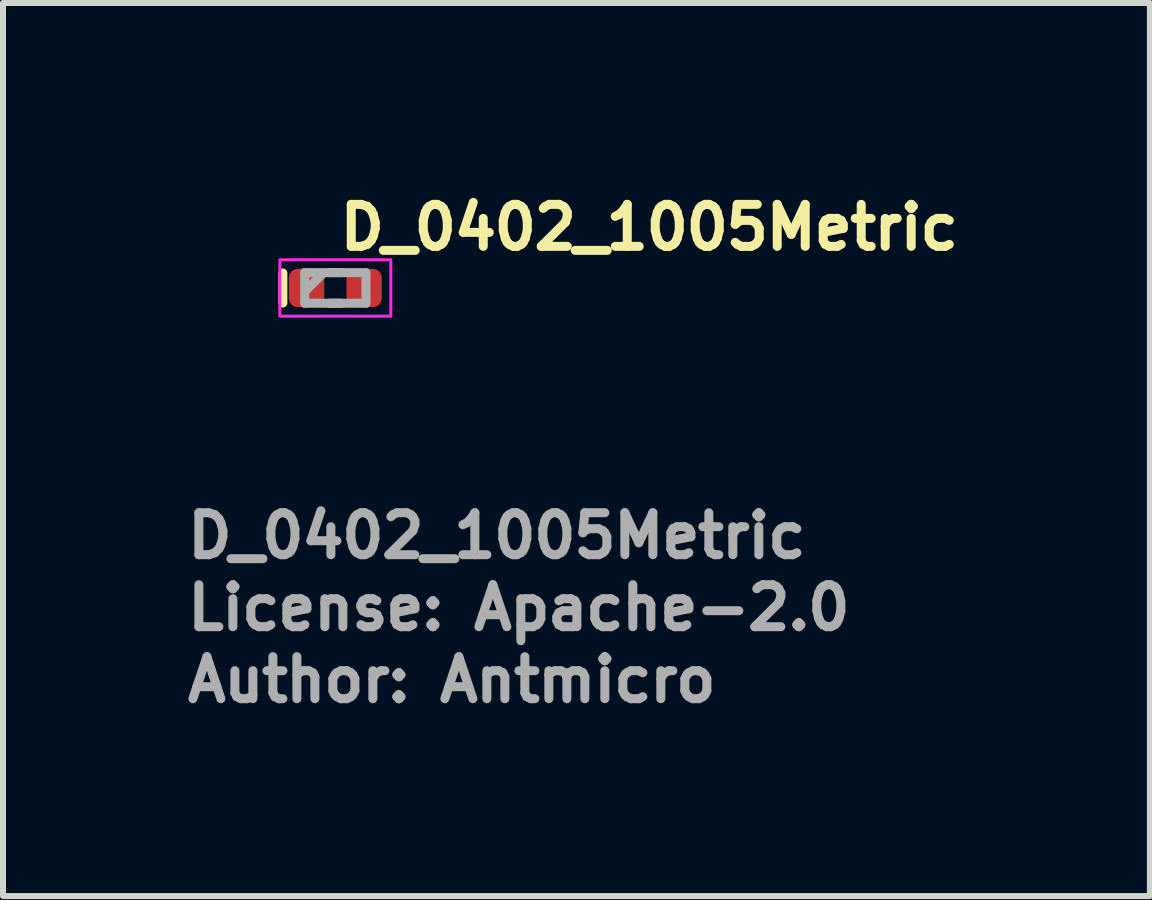
<source format=kicad_pcb>
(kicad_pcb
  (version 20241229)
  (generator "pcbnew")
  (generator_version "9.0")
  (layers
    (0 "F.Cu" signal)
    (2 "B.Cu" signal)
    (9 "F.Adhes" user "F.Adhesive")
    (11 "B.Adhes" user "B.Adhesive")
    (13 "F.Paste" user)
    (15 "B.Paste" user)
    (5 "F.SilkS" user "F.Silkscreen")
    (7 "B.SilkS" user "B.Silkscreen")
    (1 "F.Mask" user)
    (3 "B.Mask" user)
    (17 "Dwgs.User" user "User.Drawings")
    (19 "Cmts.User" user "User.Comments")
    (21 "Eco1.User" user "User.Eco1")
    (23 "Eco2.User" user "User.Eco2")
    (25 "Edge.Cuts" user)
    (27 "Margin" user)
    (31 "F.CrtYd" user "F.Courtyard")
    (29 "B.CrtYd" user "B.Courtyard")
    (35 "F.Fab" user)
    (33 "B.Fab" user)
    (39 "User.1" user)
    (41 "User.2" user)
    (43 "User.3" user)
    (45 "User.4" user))
  (footprint "D_0402_1005Metric"
    (layer "F.Cu")
    (at 2.54 1.75)
    (property "Reference" "D_0402_1005Metric" (at 0 -0.6 0) (layer "F.SilkS") (effects (font (size 0.7 0.7) (thickness 0.15)) (justify left bottom)))
    (attr smd)
    (fp_line (start -0.875 -0.25) (end -0.875 0.25) (stroke (width 0.15) (type solid)) (layer "F.SilkS"))
    (fp_line (start -0.1 0.255) (end 0.1 0.255) (stroke (width 0.15) (type solid)) (layer "F.SilkS"))
    (fp_line (start 0.1 -0.255) (end -0.1 -0.255) (stroke (width 0.15) (type solid)) (layer "F.SilkS"))
    (fp_rect (start -0.925 -0.47) (end 0.925 0.47) (stroke (width 0.05) (type default)) (fill no) (layer "F.CrtYd"))
    (fp_line (start -0.51 -0.255) (end 0.51 -0.255) (stroke (width 0.15) (type solid)) (layer "F.Fab"))
    (fp_line (start -0.51 0.255) (end -0.51 -0.255) (stroke (width 0.15) (type solid)) (layer "F.Fab"))
    (fp_line (start -0.2 -0.25) (end -0.5 0.05) (stroke (width 0.15) (type solid)) (layer "F.Fab"))
    (fp_line (start 0.51 -0.255) (end 0.51 0.255) (stroke (width 0.15) (type solid)) (layer "F.Fab"))
    (fp_line (start 0.51 0.255) (end -0.51 0.255) (stroke (width 0.15) (type solid)) (layer "F.Fab"))
    (fp_rect (start -0.51 -0.292) (end 0.51 0.292) (stroke (width 0.1) (type solid)) (fill no) (layer "User.5"))
    (fp_line (start -0.51 0.292) (end -0.51 -0.292) (stroke (width 0.02) (type solid)) (layer "User.9"))
    (fp_line (start -0.41 -0.292) (end -0.51 -0.292) (stroke (width 0.02) (type solid)) (layer "User.9"))
    (fp_line (start -0.41 -0.292) (end -0.38 -0.292) (stroke (width 0.02) (type solid)) (layer "User.9"))
    (fp_line (start -0.41 -0.255) (end -0.4 -0.245) (stroke (width 0.02) (type solid)) (layer "User.9"))
    (fp_line (start -0.41 -0.255) (end 0.41 -0.255) (stroke (width 0.02) (type solid)) (layer "User.9"))
    (fp_line (start -0.41 0.255) (end -0.41 -0.255) (stroke (width 0.02) (type solid)) (layer "User.9"))
    (fp_line (start -0.41 0.255) (end -0.4 0.245) (stroke (width 0.02) (type solid)) (layer "User.9"))
    (fp_line (start -0.41 0.255) (end 0.41 0.255) (stroke (width 0.02) (type solid)) (layer "User.9"))
    (fp_line (start -0.41 0.292) (end -0.51 0.292) (stroke (width 0.02) (type solid)) (layer "User.9"))
    (fp_line (start -0.41 0.292) (end -0.38 0.292) (stroke (width 0.02) (type solid)) (layer "User.9"))
    (fp_line (start -0.4 -0.245) (end 0.4 -0.245) (stroke (width 0.02) (type solid)) (layer "User.9"))
    (fp_line (start -0.4 0.245) (end -0.4 -0.245) (stroke (width 0.02) (type solid)) (layer "User.9"))
    (fp_line (start -0.4 0.245) (end 0.4 0.245) (stroke (width 0.02) (type solid)) (layer "User.9"))
    (fp_line (start -0.38 -0.292) (end -0.28 -0.292) (stroke (width 0.02) (type solid)) (layer "User.9"))
    (fp_line (start -0.38 -0.255) (end -0.38 -0.292) (stroke (width 0.02) (type solid)) (layer "User.9"))
    (fp_line (start -0.38 0.292) (end -0.38 0.255) (stroke (width 0.02) (type solid)) (layer "User.9"))
    (fp_line (start -0.38 0.292) (end -0.28 0.292) (stroke (width 0.02) (type solid)) (layer "User.9"))
    (fp_line (start -0.28 -0.255) (end -0.28 -0.292) (stroke (width 0.02) (type solid)) (layer "User.9"))
    (fp_line (start -0.28 0.292) (end -0.28 0.255) (stroke (width 0.02) (type solid)) (layer "User.9"))
    (fp_line (start 0.18 -0.292) (end 0.28 -0.292) (stroke (width 0.02) (type solid)) (layer "User.9"))
    (fp_line (start 0.18 -0.255) (end 0.18 -0.292) (stroke (width 0.02) (type solid)) (layer "User.9"))
    (fp_line (start 0.18 0.292) (end 0.18 0.255) (stroke (width 0.02) (type solid)) (layer "User.9"))
    (fp_line (start 0.18 0.292) (end 0.28 0.292) (stroke (width 0.02) (type solid)) (layer "User.9"))
    (fp_line (start 0.28 -0.292) (end 0.41 -0.292) (stroke (width 0.02) (type solid)) (layer "User.9"))
    (fp_line (start 0.28 -0.255) (end 0.28 -0.292) (stroke (width 0.02) (type solid)) (layer "User.9"))
    (fp_line (start 0.28 0.292) (end 0.28 0.255) (stroke (width 0.02) (type solid)) (layer "User.9"))
    (fp_line (start 0.28 0.292) (end 0.41 0.292) (stroke (width 0.02) (type solid)) (layer "User.9"))
    (fp_line (start 0.4 0.245) (end 0.4 -0.245) (stroke (width 0.02) (type solid)) (layer "User.9"))
    (fp_line (start 0.41 -0.255) (end 0.4 -0.245) (stroke (width 0.02) (type solid)) (layer "User.9"))
    (fp_line (start 0.41 0.255) (end 0.4 0.245) (stroke (width 0.02) (type solid)) (layer "User.9"))
    (fp_line (start 0.41 0.255) (end 0.41 -0.255) (stroke (width 0.02) (type solid)) (layer "User.9"))
    (fp_line (start 0.51 -0.292) (end 0.41 -0.292) (stroke (width 0.02) (type solid)) (layer "User.9"))
    (fp_line (start 0.51 0.292) (end 0.41 0.292) (stroke (width 0.02) (type solid)) (layer "User.9"))
    (fp_line (start 0.51 0.292) (end 0.51 -0.292) (stroke (width 0.02) (type solid)) (layer "User.9"))
    (fp_text user "Author: Antmicro" (at -2.54 6.94 0) (layer "F.Fab") (effects (font (size 0.7 0.7) (thickness 0.15)) (justify left bottom)))
    (fp_text user "License: Apache-2.0" (at -2.54 5.74 0) (layer "F.Fab") (effects (font (size 0.7 0.7) (thickness 0.15)) (justify left bottom)))
    (fp_text user "${REFERENCE}" (at -2.54 4.54 0) (layer "F.Fab") (effects (font (size 0.7 0.7) (thickness 0.15)) (justify left bottom)))
    (pad "1" smd roundrect (at -0.48 0) (size 0.59 0.64) (layers "F.Cu" "F.Mask" "F.Paste") (roundrect_rratio 0.25))
    (pad "2" smd roundrect (at 0.48 0) (size 0.59 0.64) (layers "F.Cu" "F.Mask" "F.Paste") (roundrect_rratio 0.25)))
  (gr_rect
    (start -3 -3)
    (end 16.117 11.886)
    (stroke (width 0.1) (type default))
    (fill no)
    (layer "Edge.Cuts")))
</source>
